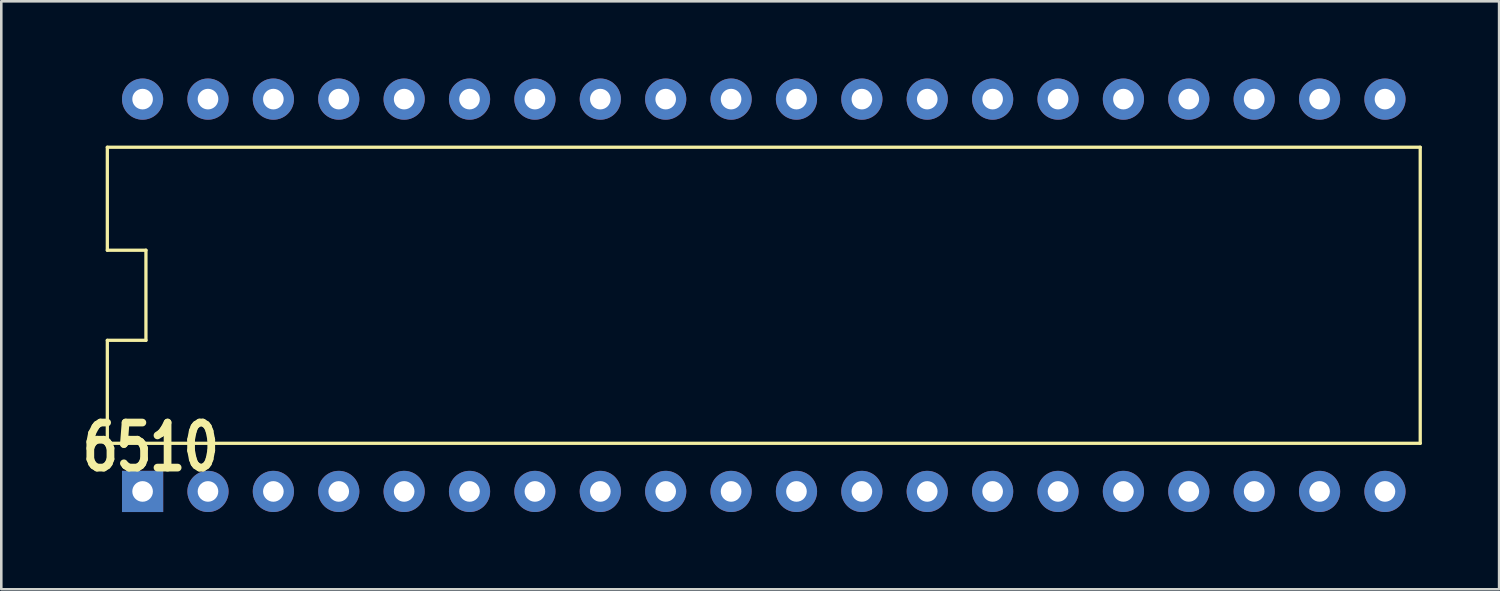
<source format=kicad_pcb>
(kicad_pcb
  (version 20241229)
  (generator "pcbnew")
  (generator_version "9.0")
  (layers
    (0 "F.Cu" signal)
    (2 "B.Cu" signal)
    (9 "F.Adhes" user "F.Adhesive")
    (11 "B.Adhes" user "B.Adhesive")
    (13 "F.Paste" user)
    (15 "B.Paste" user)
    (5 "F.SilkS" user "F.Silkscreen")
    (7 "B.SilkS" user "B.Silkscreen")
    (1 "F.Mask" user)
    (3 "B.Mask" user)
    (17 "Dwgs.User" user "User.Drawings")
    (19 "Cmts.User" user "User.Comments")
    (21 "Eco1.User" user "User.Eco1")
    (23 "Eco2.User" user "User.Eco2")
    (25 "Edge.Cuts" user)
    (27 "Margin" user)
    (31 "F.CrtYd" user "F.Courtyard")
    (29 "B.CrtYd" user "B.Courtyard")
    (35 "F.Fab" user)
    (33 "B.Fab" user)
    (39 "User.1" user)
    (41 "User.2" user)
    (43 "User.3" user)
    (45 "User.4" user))
  (footprint "6510"
    (layer "F.Cu")
    (at 26.619 8.42)
    (property "Reference" "6510" (at -26.619 6.924 0) (layer "F.SilkS") (effects (font (size 1.75 1.37) (thickness 0.3)) (justify left bottom)))
    (attr through_hole)
    (fp_line (start -25.5 -5.75) (end -25.5 -1.75) (stroke (width 0.127) (type solid)) (layer "F.SilkS"))
    (fp_line (start -25.5 -5.75) (end 25.5 -5.75) (stroke (width 0.127) (type solid)) (layer "F.SilkS"))
    (fp_line (start -25.5 -1.75) (end -24 -1.75) (stroke (width 0.127) (type solid)) (layer "F.SilkS"))
    (fp_line (start -25.5 1.75) (end -25.5 5.75) (stroke (width 0.127) (type solid)) (layer "F.SilkS"))
    (fp_line (start -25.5 1.75) (end -24 1.75) (stroke (width 0.127) (type solid)) (layer "F.SilkS"))
    (fp_line (start -25.5 5.75) (end 25.5 5.75) (stroke (width 0.127) (type solid)) (layer "F.SilkS"))
    (fp_line (start -24 -1.75) (end -24 1.75) (stroke (width 0.127) (type solid)) (layer "F.SilkS"))
    (fp_line (start 25.5 5.75) (end 25.5 -5.75) (stroke (width 0.127) (type solid)) (layer "F.SilkS"))
    (pad "1" thru_hole rect (at -24.13 7.62 90) (size 1.6 1.6) (drill 0.8) (layers "*.Cu" "*.Mask"))
    (pad "2" thru_hole circle (at -21.59 7.62 90) (size 1.6 1.6) (drill 0.8) (layers "*.Cu" "*.Mask"))
    (pad "3" thru_hole circle (at -19.05 7.62 90) (size 1.6 1.6) (drill 0.8) (layers "*.Cu" "*.Mask"))
    (pad "4" thru_hole circle (at -16.51 7.62 90) (size 1.6 1.6) (drill 0.8) (layers "*.Cu" "*.Mask"))
    (pad "5" thru_hole circle (at -13.97 7.62 90) (size 1.6 1.6) (drill 0.8) (layers "*.Cu" "*.Mask"))
    (pad "6" thru_hole circle (at -11.43 7.62 90) (size 1.6 1.6) (drill 0.8) (layers "*.Cu" "*.Mask"))
    (pad "7" thru_hole circle (at -8.89 7.62 90) (size 1.6 1.6) (drill 0.8) (layers "*.Cu" "*.Mask"))
    (pad "8" thru_hole circle (at -6.35 7.62 90) (size 1.6 1.6) (drill 0.8) (layers "*.Cu" "*.Mask"))
    (pad "9" thru_hole circle (at -3.81 7.62 90) (size 1.6 1.6) (drill 0.8) (layers "*.Cu" "*.Mask"))
    (pad "10" thru_hole circle (at -1.27 7.62 90) (size 1.6 1.6) (drill 0.8) (layers "*.Cu" "*.Mask"))
    (pad "11" thru_hole circle (at 1.27 7.62 90) (size 1.6 1.6) (drill 0.8) (layers "*.Cu" "*.Mask"))
    (pad "12" thru_hole circle (at 3.81 7.62 90) (size 1.6 1.6) (drill 0.8) (layers "*.Cu" "*.Mask"))
    (pad "13" thru_hole circle (at 6.35 7.62 90) (size 1.6 1.6) (drill 0.8) (layers "*.Cu" "*.Mask"))
    (pad "14" thru_hole circle (at 8.89 7.62 90) (size 1.6 1.6) (drill 0.8) (layers "*.Cu" "*.Mask"))
    (pad "15" thru_hole circle (at 11.43 7.62 90) (size 1.6 1.6) (drill 0.8) (layers "*.Cu" "*.Mask"))
    (pad "16" thru_hole circle (at 13.97 7.62 90) (size 1.6 1.6) (drill 0.8) (layers "*.Cu" "*.Mask"))
    (pad "17" thru_hole circle (at 16.51 7.62 90) (size 1.6 1.6) (drill 0.8) (layers "*.Cu" "*.Mask"))
    (pad "18" thru_hole circle (at 19.05 7.62 90) (size 1.6 1.6) (drill 0.8) (layers "*.Cu" "*.Mask"))
    (pad "19" thru_hole circle (at 21.59 7.62 90) (size 1.6 1.6) (drill 0.8) (layers "*.Cu" "*.Mask"))
    (pad "20" thru_hole circle (at 24.13 7.62 90) (size 1.6 1.6) (drill 0.8) (layers "*.Cu" "*.Mask"))
    (pad "21" thru_hole circle (at 24.13 -7.62 90) (size 1.6 1.6) (drill 0.8) (layers "*.Cu" "*.Mask"))
    (pad "22" thru_hole circle (at 21.59 -7.62 90) (size 1.6 1.6) (drill 0.8) (layers "*.Cu" "*.Mask"))
    (pad "23" thru_hole circle (at 19.05 -7.62 90) (size 1.6 1.6) (drill 0.8) (layers "*.Cu" "*.Mask"))
    (pad "24" thru_hole circle (at 16.51 -7.62 90) (size 1.6 1.6) (drill 0.8) (layers "*.Cu" "*.Mask"))
    (pad "25" thru_hole circle (at 13.97 -7.62 90) (size 1.6 1.6) (drill 0.8) (layers "*.Cu" "*.Mask"))
    (pad "26" thru_hole circle (at 11.43 -7.62 90) (size 1.6 1.6) (drill 0.8) (layers "*.Cu" "*.Mask"))
    (pad "27" thru_hole circle (at 8.89 -7.62 90) (size 1.6 1.6) (drill 0.8) (layers "*.Cu" "*.Mask"))
    (pad "28" thru_hole circle (at 6.35 -7.62 90) (size 1.6 1.6) (drill 0.8) (layers "*.Cu" "*.Mask"))
    (pad "29" thru_hole circle (at 3.81 -7.62 90) (size 1.6 1.6) (drill 0.8) (layers "*.Cu" "*.Mask"))
    (pad "30" thru_hole circle (at 1.27 -7.62 90) (size 1.6 1.6) (drill 0.8) (layers "*.Cu" "*.Mask"))
    (pad "31" thru_hole circle (at -1.27 -7.62 90) (size 1.6 1.6) (drill 0.8) (layers "*.Cu" "*.Mask"))
    (pad "32" thru_hole circle (at -3.81 -7.62 90) (size 1.6 1.6) (drill 0.8) (layers "*.Cu" "*.Mask"))
    (pad "33" thru_hole circle (at -6.35 -7.62 90) (size 1.6 1.6) (drill 0.8) (layers "*.Cu" "*.Mask"))
    (pad "34" thru_hole circle (at -8.89 -7.62 90) (size 1.6 1.6) (drill 0.8) (layers "*.Cu" "*.Mask"))
    (pad "35" thru_hole circle (at -11.43 -7.62 90) (size 1.6 1.6) (drill 0.8) (layers "*.Cu" "*.Mask"))
    (pad "36" thru_hole circle (at -13.97 -7.62 90) (size 1.6 1.6) (drill 0.8) (layers "*.Cu" "*.Mask"))
    (pad "37" thru_hole circle (at -16.51 -7.62 90) (size 1.6 1.6) (drill 0.8) (layers "*.Cu" "*.Mask"))
    (pad "38" thru_hole circle (at -19.05 -7.62 90) (size 1.6 1.6) (drill 0.8) (layers "*.Cu" "*.Mask"))
    (pad "39" thru_hole circle (at -21.59 -7.62 90) (size 1.6 1.6) (drill 0.8) (layers "*.Cu" "*.Mask"))
    (pad "40" thru_hole circle (at -24.13 -7.62 90) (size 1.6 1.6) (drill 0.8) (layers "*.Cu" "*.Mask")))
  (gr_rect
    (start -3 -3)
    (end 55.183 19.84)
    (stroke (width 0.1) (type default))
    (fill no)
    (layer "Edge.Cuts")))
</source>
